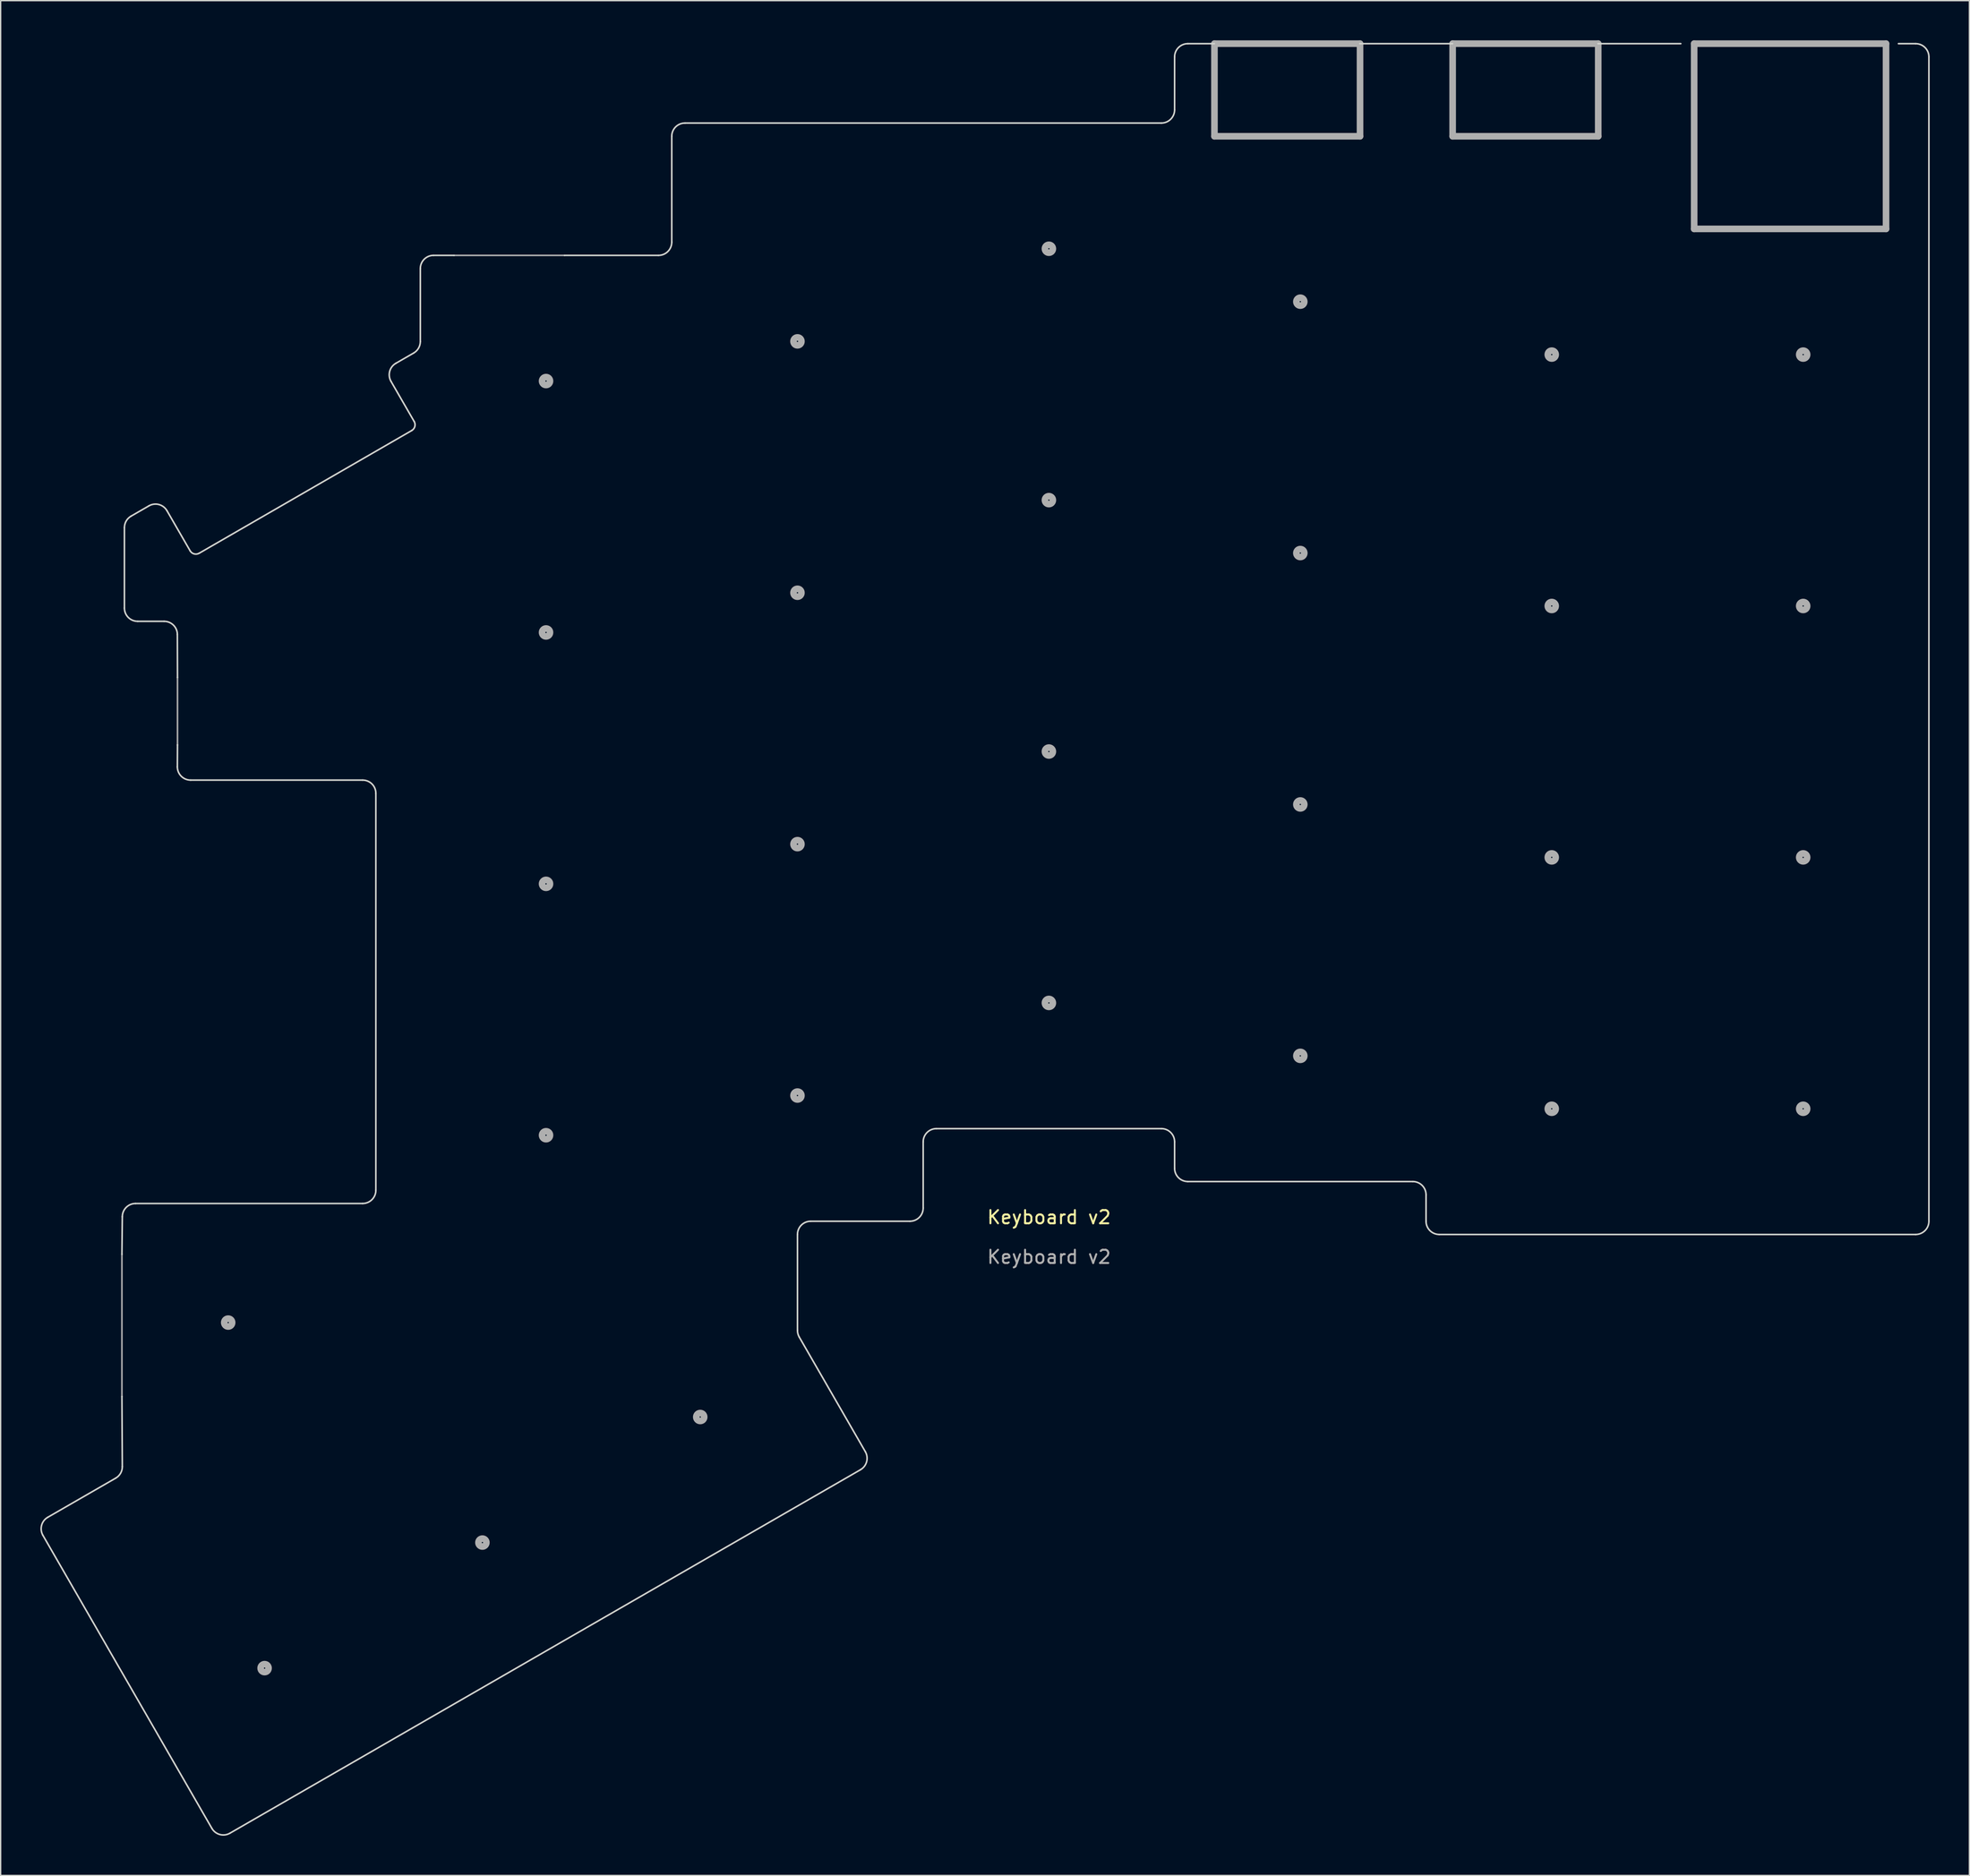
<source format=kicad_pcb>
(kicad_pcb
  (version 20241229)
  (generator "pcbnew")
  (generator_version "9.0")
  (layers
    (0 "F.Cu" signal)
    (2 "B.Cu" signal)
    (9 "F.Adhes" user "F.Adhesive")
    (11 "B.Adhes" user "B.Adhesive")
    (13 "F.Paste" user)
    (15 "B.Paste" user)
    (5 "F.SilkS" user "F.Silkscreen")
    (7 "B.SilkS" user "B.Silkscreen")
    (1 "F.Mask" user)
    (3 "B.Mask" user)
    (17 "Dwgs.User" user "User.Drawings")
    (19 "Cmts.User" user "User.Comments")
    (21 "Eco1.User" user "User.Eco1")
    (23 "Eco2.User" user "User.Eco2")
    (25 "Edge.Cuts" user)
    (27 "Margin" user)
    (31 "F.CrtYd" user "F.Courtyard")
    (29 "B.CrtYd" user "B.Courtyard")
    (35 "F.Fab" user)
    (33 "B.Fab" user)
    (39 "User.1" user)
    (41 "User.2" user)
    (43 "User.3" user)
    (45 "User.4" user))
  (footprint "Keyboard v2"
    (layer "F.Cu")
    (at 76.213 53.75)
    (property "Reference" "Keyboard v2" (at 0.011 35.2 0) (unlocked yes) (layer "F.SilkS") (effects (font (size 1 1) (thickness 0.15))))
    (fp_line (start -75.653 57.875) (end -70.52 54.916) (stroke (width 0.12) (type default)) (layer "Edge.Cuts"))
    (fp_line (start -70.05 38) (end -70.019 35.159) (stroke (width 0.12) (type default)) (layer "Edge.Cuts"))
    (fp_line (start -70.019 54.049) (end -70.05 48.75) (stroke (width 0.12) (type default)) (layer "Edge.Cuts"))
    (fp_line (start -69.86 -10.841) (end -69.86 -16.923) (stroke (width 0.12) (type default)) (layer "Edge.Cuts"))
    (fp_line (start -69.36 -17.789) (end -68.011 -18.567) (stroke (width 0.12) (type default)) (layer "Edge.Cuts"))
    (fp_line (start -69.019 34.159) (end -51.86 34.159) (stroke (width 0.12) (type default)) (layer "Edge.Cuts"))
    (fp_line (start -66.86 -9.841) (end -68.86 -9.841) (stroke (width 0.12) (type default)) (layer "Edge.Cuts"))
    (fp_line (start -66.642 -18.195) (end -64.893 -15.166) (stroke (width 0.12) (type default)) (layer "Edge.Cuts"))
    (fp_line (start -65.86 -8.848) (end -65.85 -5.6) (stroke (width 0.12) (type default)) (layer "Edge.Cuts"))
    (fp_line (start -65.85 -0.5) (end -65.86 1.159) (stroke (width 0.12) (type default)) (layer "Edge.Cuts"))
    (fp_line (start -64.212 -14.987) (end -48.144 -24.264) (stroke (width 0.12) (type default)) (layer "Edge.Cuts"))
    (fp_line (start -63.25 81.39) (end -76.019 59.241) (stroke (width 0.12) (type default)) (layer "Edge.Cuts"))
    (fp_line (start -51.86 2.159) (end -64.86 2.159) (stroke (width 0.12) (type default)) (layer "Edge.Cuts"))
    (fp_line (start -50.86 33.159) (end -50.86 3.166) (stroke (width 0.12) (type default)) (layer "Edge.Cuts"))
    (fp_line (start -49.349 -29.342) (end -47.996 -30.123) (stroke (width 0.12) (type default)) (layer "Edge.Cuts"))
    (fp_line (start -47.965 -24.945) (end -49.715 -27.976) (stroke (width 0.12) (type default)) (layer "Edge.Cuts"))
    (fp_line (start -47.5 -30.987) (end -47.5 -36.5) (stroke (width 0.12) (type default)) (layer "Edge.Cuts"))
    (fp_line (start -46.5 -37.5) (end -44.95 -37.5) (stroke (width 0.12) (type default)) (layer "Edge.Cuts"))
    (fp_line (start -29.511 -37.5) (end -36.6 -37.5) (stroke (width 0.12) (type default)) (layer "Edge.Cuts"))
    (fp_line (start -28.5 -38.5) (end -28.5 -46.5) (stroke (width 0.12) (type default)) (layer "Edge.Cuts"))
    (fp_line (start -27.5 -47.5) (end 8.5 -47.5) (stroke (width 0.12) (type default)) (layer "Edge.Cuts"))
    (fp_line (start -19 36.5) (end -19 43.748) (stroke (width 0.12) (type default)) (layer "Edge.Cuts"))
    (fp_line (start -18.866 44.252) (end -13.872 52.915) (stroke (width 0.12) (type default)) (layer "Edge.Cuts"))
    (fp_line (start -18 35.5) (end -10.5 35.5) (stroke (width 0.12) (type default)) (layer "Edge.Cuts"))
    (fp_line (start -14.239 54.281) (end -61.887 81.751) (stroke (width 0.12) (type default)) (layer "Edge.Cuts"))
    (fp_line (start -9.5 34.5) (end -9.5 29.5) (stroke (width 0.12) (type default)) (layer "Edge.Cuts"))
    (fp_line (start 8.5 28.5) (end -8.5 28.5) (stroke (width 0.12) (type default)) (layer "Edge.Cuts"))
    (fp_line (start 9.5 -48.5) (end 9.5 -52.5) (stroke (width 0.12) (type default)) (layer "Edge.Cuts"))
    (fp_line (start 9.5 31.5) (end 9.5 29.5) (stroke (width 0.12) (type default)) (layer "Edge.Cuts"))
    (fp_line (start 12.5 -53.5) (end 10.5 -53.5) (stroke (width 0.12) (type default)) (layer "Edge.Cuts"))
    (fp_line (start 27.5 32.5) (end 10.5 32.5) (stroke (width 0.12) (type default)) (layer "Edge.Cuts"))
    (fp_line (start 28.5 35.5) (end 28.5 33.5) (stroke (width 0.12) (type default)) (layer "Edge.Cuts"))
    (fp_line (start 30.5 -53.5) (end 23.5 -53.5) (stroke (width 0.12) (type default)) (layer "Edge.Cuts"))
    (fp_line (start 47.75 -53.5) (end 41.5 -53.5) (stroke (width 0.12) (type default)) (layer "Edge.Cuts"))
    (fp_line (start 65.5 -53.5) (end 64.2 -53.5) (stroke (width 0.12) (type default)) (layer "Edge.Cuts"))
    (fp_line (start 65.5 36.5) (end 29.5 36.5) (stroke (width 0.12) (type default)) (layer "Edge.Cuts"))
    (fp_line (start 66.5 -52.5) (end 66.5 35.5) (stroke (width 0.12) (type default)) (layer "Edge.Cuts"))
    (fp_arc (start -76.019472 59.240732) (mid -76.118906 58.481825) (end -75.652589 57.874887) (stroke (width 0.12) (type default)) (layer "Edge.Cuts"))
    (fp_arc (start -70.018965 35.158751) (mid -69.726049 34.451639) (end -69.018908 34.158794) (stroke (width 0.12) (type default)) (layer "Edge.Cuts"))
    (fp_arc (start -70.018965 54.049151) (mid -70.1531 54.54944) (end -70.519525 54.915519) (stroke (width 0.12) (type default)) (layer "Edge.Cuts"))
    (fp_arc (start -69.86 -16.922649) (mid -69.726026 -17.422645) (end -69.360006 -17.788671) (stroke (width 0.12) (type default)) (layer "Edge.Cuts"))
    (fp_arc (start -68.860008 -9.841281) (mid -69.567107 -10.13418) (end -69.86 -10.841281) (stroke (width 0.12) (type default)) (layer "Edge.Cuts"))
    (fp_arc (start -68.011413 -18.567282) (mid -67.249313 -18.6663) (end -66.642003 -18.195369) (stroke (width 0.12) (type default)) (layer "Edge.Cuts"))
    (fp_arc (start -66.860008 -9.841281) (mid -66.155281 -9.550772) (end -65.86 -8.848031) (stroke (width 0.12) (type default)) (layer "Edge.Cuts"))
    (fp_arc (start -64.860008 2.158719) (mid -65.567107 1.86582) (end -65.86 1.158719) (stroke (width 0.12) (type default)) (layer "Edge.Cuts"))
    (fp_arc (start -64.212408 -14.987136) (mid -64.589354 -14.936532) (end -64.89285 -15.165747) (stroke (width 0.12) (type default)) (layer "Edge.Cuts"))
    (fp_arc (start -61.887267 81.751446) (mid -62.643058 81.851688) (end -63.249827 81.390061) (stroke (width 0.12) (type default)) (layer "Edge.Cuts"))
    (fp_arc (start -51.860008 2.158719) (mid -51.150485 2.454023) (end -50.86 3.165533) (stroke (width 0.12) (type default)) (layer "Edge.Cuts"))
    (fp_arc (start -50.86 33.158751) (mid -51.152908 33.865834) (end -51.86 34.158719) (stroke (width 0.12) (type default)) (layer "Edge.Cuts"))
    (fp_arc (start -49.714609 -27.976263) (mid -49.814502 -28.735077) (end -49.348577 -29.342276) (stroke (width 0.12) (type default)) (layer "Edge.Cuts"))
    (fp_arc (start -47.964595 -24.945149) (mid -47.914147 -24.56761) (end -48.144262 -24.264085) (stroke (width 0.12) (type default)) (layer "Edge.Cuts"))
    (fp_arc (start -47.5 -36.500049) (mid -47.207092 -37.207126) (end -46.5 -37.5) (stroke (width 0.12) (type default)) (layer "Edge.Cuts"))
    (fp_arc (start -47.5 -30.986949) (mid -47.632706 -30.489098) (end -47.995645 -30.123391) (stroke (width 0.12) (type default)) (layer "Edge.Cuts"))
    (fp_arc (start -28.5 -46.500049) (mid -28.207092 -47.207126) (end -27.5 -47.5) (stroke (width 0.12) (type default)) (layer "Edge.Cuts"))
    (fp_arc (start -28.5 -38.500049) (mid -28.796772 -37.7891) (end -29.510878 -37.5) (stroke (width 0.12) (type default)) (layer "Edge.Cuts"))
    (fp_arc (start -19 36.5) (mid -18.707107 35.792893) (end -18 35.5) (stroke (width 0.12) (type default)) (layer "Edge.Cuts"))
    (fp_arc (start -18.866387 44.252067) (mid -18.966675 44.008728) (end -19 43.747653) (stroke (width 0.12) (type default)) (layer "Edge.Cuts"))
    (fp_arc (start -13.871947 52.915072) (mid -13.772513 53.673976) (end -14.238829 54.280912) (stroke (width 0.12) (type default)) (layer "Edge.Cuts"))
    (fp_arc (start -9.5 29.5) (mid -9.207107 28.792893) (end -8.5 28.5) (stroke (width 0.12) (type default)) (layer "Edge.Cuts"))
    (fp_arc (start -9.5 34.5) (mid -9.792893 35.207107) (end -10.5 35.5) (stroke (width 0.12) (type default)) (layer "Edge.Cuts"))
    (fp_arc (start 8.5 28.5) (mid 9.207107 28.792893) (end 9.5 29.5) (stroke (width 0.12) (type default)) (layer "Edge.Cuts"))
    (fp_arc (start 9.5 -52.5) (mid 9.792893 -53.207107) (end 10.5 -53.5) (stroke (width 0.12) (type default)) (layer "Edge.Cuts"))
    (fp_arc (start 9.5 -48.5) (mid 9.207107 -47.792893) (end 8.5 -47.5) (stroke (width 0.12) (type default)) (layer "Edge.Cuts"))
    (fp_arc (start 10.5 32.5) (mid 9.792893 32.207107) (end 9.5 31.5) (stroke (width 0.12) (type default)) (layer "Edge.Cuts"))
    (fp_arc (start 27.5 32.5) (mid 28.207107 32.792893) (end 28.5 33.5) (stroke (width 0.12) (type default)) (layer "Edge.Cuts"))
    (fp_arc (start 29.5 36.5) (mid 28.792893 36.207107) (end 28.5 35.5) (stroke (width 0.12) (type default)) (layer "Edge.Cuts"))
    (fp_arc (start 65.5 -53.5) (mid 66.207107 -53.207107) (end 66.5 -52.5) (stroke (width 0.12) (type default)) (layer "Edge.Cuts"))
    (fp_arc (start 66.5 35.5) (mid 66.207107 36.207107) (end 65.5 36.5) (stroke (width 0.12) (type default)) (layer "Edge.Cuts"))
    (fp_line (start -70.05 48.75) (end -70.05 38) (stroke (width 0.12) (type default)) (layer "F.Fab"))
    (fp_line (start -65.85 -5.6) (end -65.85 -0.5) (stroke (width 0.12) (type default)) (layer "F.Fab"))
    (fp_line (start -44.95 -37.5) (end -36.6 -37.5) (stroke (width 0.12) (type default)) (layer "F.Fab"))
    (fp_line (start 12.511 -53.5) (end 12.511 -46.5) (stroke (width 0.5) (type default)) (layer "F.Fab"))
    (fp_line (start 12.511 -46.5) (end 23.511 -46.5) (stroke (width 0.5) (type default)) (layer "F.Fab"))
    (fp_line (start 23.511 -53.5) (end 12.511 -53.5) (stroke (width 0.5) (type default)) (layer "F.Fab"))
    (fp_line (start 23.511 -46.5) (end 23.511 -53.5) (stroke (width 0.5) (type default)) (layer "F.Fab"))
    (fp_line (start 30.511 -53.5) (end 30.511 -46.5) (stroke (width 0.5) (type default)) (layer "F.Fab"))
    (fp_line (start 30.511 -46.5) (end 41.511 -46.5) (stroke (width 0.5) (type default)) (layer "F.Fab"))
    (fp_line (start 41.511 -53.5) (end 30.511 -53.5) (stroke (width 0.5) (type default)) (layer "F.Fab"))
    (fp_line (start 41.511 -46.5) (end 41.511 -53.5) (stroke (width 0.5) (type default)) (layer "F.Fab"))
    (fp_line (start 48.761 -53.5) (end 48.761 -39.5) (stroke (width 0.5) (type default)) (layer "F.Fab"))
    (fp_line (start 48.761 -39.5) (end 63.261 -39.5) (stroke (width 0.5) (type default)) (layer "F.Fab"))
    (fp_line (start 63.261 -53.5) (end 48.761 -53.5) (stroke (width 0.5) (type default)) (layer "F.Fab"))
    (fp_line (start 63.261 -39.5) (end 63.261 -53.5) (stroke (width 0.5) (type default)) (layer "F.Fab"))
    (fp_circle (center -62.019 43.159) (end -61.969 43.159) (stroke (width 0.5) (type default)) (fill no) (layer "F.Fab"))
    (fp_circle (center -59.268 69.276) (end -59.218 69.276) (stroke (width 0.5) (type default)) (fill no) (layer "F.Fab"))
    (fp_circle (center -42.808 59.786) (end -42.758 59.786) (stroke (width 0.5) (type default)) (fill no) (layer "F.Fab"))
    (fp_circle (center -38 -28) (end -37.95 -28) (stroke (width 0.5) (type default)) (fill no) (layer "F.Fab"))
    (fp_circle (center -38 -9) (end -37.95 -9) (stroke (width 0.5) (type default)) (fill no) (layer "F.Fab"))
    (fp_circle (center -38 10) (end -37.95 10) (stroke (width 0.5) (type default)) (fill no) (layer "F.Fab"))
    (fp_circle (center -38 29) (end -37.95 29) (stroke (width 0.5) (type default)) (fill no) (layer "F.Fab"))
    (fp_circle (center -26.348 50.296) (end -26.298 50.296) (stroke (width 0.5) (type default)) (fill no) (layer "F.Fab"))
    (fp_circle (center -19 -31) (end -18.95 -31) (stroke (width 0.5) (type default)) (fill no) (layer "F.Fab"))
    (fp_circle (center -19 -12) (end -18.95 -12) (stroke (width 0.5) (type default)) (fill no) (layer "F.Fab"))
    (fp_circle (center -19 7) (end -18.95 7) (stroke (width 0.5) (type default)) (fill no) (layer "F.Fab"))
    (fp_circle (center -19 26) (end -18.95 26) (stroke (width 0.5) (type default)) (fill no) (layer "F.Fab"))
    (fp_circle (center 0 -38) (end 0.05 -38) (stroke (width 0.5) (type default)) (fill no) (layer "F.Fab"))
    (fp_circle (center 0 -19) (end 0.05 -19) (stroke (width 0.5) (type default)) (fill no) (layer "F.Fab"))
    (fp_circle (center 0 0) (end 0.05 0) (stroke (width 0.5) (type default)) (fill no) (layer "F.Fab"))
    (fp_circle (center 0 19) (end 0.05 19) (stroke (width 0.5) (type default)) (fill no) (layer "F.Fab"))
    (fp_circle (center 19 -34) (end 19.05 -34) (stroke (width 0.5) (type default)) (fill no) (layer "F.Fab"))
    (fp_circle (center 19 -15) (end 19.05 -15) (stroke (width 0.5) (type default)) (fill no) (layer "F.Fab"))
    (fp_circle (center 19 4) (end 19.05 4) (stroke (width 0.5) (type default)) (fill no) (layer "F.Fab"))
    (fp_circle (center 19 23) (end 19.05 23) (stroke (width 0.5) (type default)) (fill no) (layer "F.Fab"))
    (fp_circle (center 38 -30) (end 38.05 -30) (stroke (width 0.5) (type default)) (fill no) (layer "F.Fab"))
    (fp_circle (center 38 -11) (end 38.05 -11) (stroke (width 0.5) (type default)) (fill no) (layer "F.Fab"))
    (fp_circle (center 38 8) (end 38.05 8) (stroke (width 0.5) (type default)) (fill no) (layer "F.Fab"))
    (fp_circle (center 38 27) (end 38.05 27) (stroke (width 0.5) (type default)) (fill no) (layer "F.Fab"))
    (fp_circle (center 57 -30) (end 57.05 -30) (stroke (width 0.5) (type default)) (fill no) (layer "F.Fab"))
    (fp_circle (center 57 -11) (end 57.05 -11) (stroke (width 0.5) (type default)) (fill no) (layer "F.Fab"))
    (fp_circle (center 57 8) (end 57.05 8) (stroke (width 0.5) (type default)) (fill no) (layer "F.Fab"))
    (fp_circle (center 57 27) (end 57.05 27) (stroke (width 0.5) (type default)) (fill no) (layer "F.Fab"))
    (fp_text user "${REFERENCE}" (at 0.011 38.2 0) (unlocked yes) (layer "F.Fab") (effects (font (size 1 1) (thickness 0.15)))))
  (gr_rect
    (start -3 -3)
    (end 145.773 138.695)
    (stroke (width 0.1) (type default))
    (fill no)
    (layer "Edge.Cuts")))
</source>
